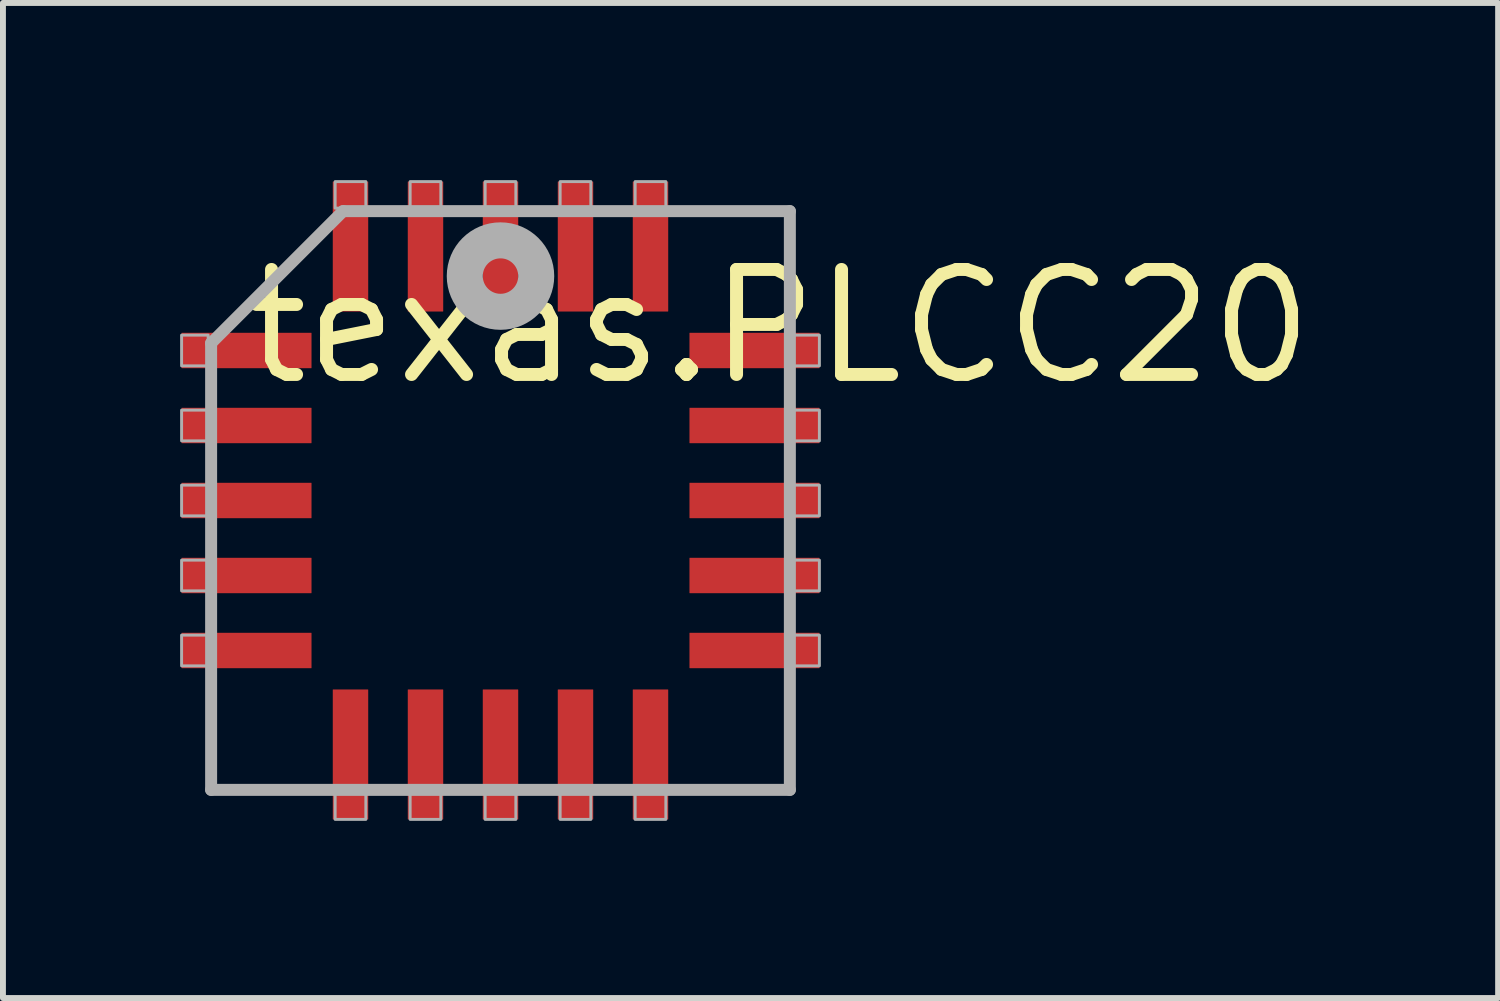
<source format=kicad_pcb>
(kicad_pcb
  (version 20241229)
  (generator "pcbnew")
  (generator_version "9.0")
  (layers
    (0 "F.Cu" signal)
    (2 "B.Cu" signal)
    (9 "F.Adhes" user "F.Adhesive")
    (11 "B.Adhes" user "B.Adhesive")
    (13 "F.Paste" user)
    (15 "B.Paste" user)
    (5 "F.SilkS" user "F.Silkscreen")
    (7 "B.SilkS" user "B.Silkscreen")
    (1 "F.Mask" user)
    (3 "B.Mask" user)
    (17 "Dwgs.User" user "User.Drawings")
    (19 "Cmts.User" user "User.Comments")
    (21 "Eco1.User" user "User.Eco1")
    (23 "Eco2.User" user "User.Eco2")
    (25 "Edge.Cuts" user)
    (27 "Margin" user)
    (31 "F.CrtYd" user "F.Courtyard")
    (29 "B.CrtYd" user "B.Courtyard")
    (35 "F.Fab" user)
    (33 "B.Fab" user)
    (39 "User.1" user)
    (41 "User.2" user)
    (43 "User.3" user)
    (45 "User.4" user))
  (footprint "texas.PLCC20"
    (layer "F.Cu")
    (at 5.425 5.425)
    (property "Reference" "texas.PLCC20" (at -4.445 -1.905 0) (layer "F.SilkS") (effects (font (size 1.778 1.778) (thickness 0.22)) (justify left bottom)))
    (attr smd)
    (fp_line (start -4.9 -2.665) (end -4.9 4.9) (stroke (width 0.203) (type default)) (layer "F.Fab"))
    (fp_line (start -4.9 4.9) (end 4.9 4.9) (stroke (width 0.203) (type default)) (layer "F.Fab"))
    (fp_line (start -2.665 -4.9) (end -4.9 -2.665) (stroke (width 0.203) (type default)) (layer "F.Fab"))
    (fp_line (start 4.9 -4.9) (end -2.665 -4.9) (stroke (width 0.203) (type default)) (layer "F.Fab"))
    (fp_line (start 4.9 4.9) (end 4.9 -4.9) (stroke (width 0.203) (type default)) (layer "F.Fab"))
    (fp_rect (start -5.4 -2.28) (end -4.95 -2.8) (stroke (width 0.05) (type default)) (fill no) (layer "F.Fab"))
    (fp_rect (start -5.4 -1.01) (end -4.95 -1.53) (stroke (width 0.05) (type default)) (fill no) (layer "F.Fab"))
    (fp_rect (start -5.4 0.26) (end -4.95 -0.26) (stroke (width 0.05) (type default)) (fill no) (layer "F.Fab"))
    (fp_rect (start -5.4 1.53) (end -4.95 1.01) (stroke (width 0.05) (type default)) (fill no) (layer "F.Fab"))
    (fp_rect (start -5.4 2.8) (end -4.95 2.28) (stroke (width 0.05) (type default)) (fill no) (layer "F.Fab"))
    (fp_rect (start -2.8 -4.95) (end -2.28 -5.4) (stroke (width 0.05) (type default)) (fill no) (layer "F.Fab"))
    (fp_rect (start -2.8 5.4) (end -2.28 4.95) (stroke (width 0.05) (type default)) (fill no) (layer "F.Fab"))
    (fp_rect (start -1.53 -4.95) (end -1.01 -5.4) (stroke (width 0.05) (type default)) (fill no) (layer "F.Fab"))
    (fp_rect (start -1.53 5.4) (end -1.01 4.95) (stroke (width 0.05) (type default)) (fill no) (layer "F.Fab"))
    (fp_rect (start -0.26 -4.95) (end 0.26 -5.4) (stroke (width 0.05) (type default)) (fill no) (layer "F.Fab"))
    (fp_rect (start -0.26 5.4) (end 0.26 4.95) (stroke (width 0.05) (type default)) (fill no) (layer "F.Fab"))
    (fp_rect (start 1.01 -4.95) (end 1.53 -5.4) (stroke (width 0.05) (type default)) (fill no) (layer "F.Fab"))
    (fp_rect (start 1.01 5.4) (end 1.53 4.95) (stroke (width 0.05) (type default)) (fill no) (layer "F.Fab"))
    (fp_rect (start 2.28 -4.95) (end 2.8 -5.4) (stroke (width 0.05) (type default)) (fill no) (layer "F.Fab"))
    (fp_rect (start 2.28 5.4) (end 2.8 4.95) (stroke (width 0.05) (type default)) (fill no) (layer "F.Fab"))
    (fp_rect (start 4.95 -2.28) (end 5.4 -2.8) (stroke (width 0.05) (type default)) (fill no) (layer "F.Fab"))
    (fp_rect (start 4.95 -1.01) (end 5.4 -1.53) (stroke (width 0.05) (type default)) (fill no) (layer "F.Fab"))
    (fp_rect (start 4.95 0.26) (end 5.4 -0.26) (stroke (width 0.05) (type default)) (fill no) (layer "F.Fab"))
    (fp_rect (start 4.95 1.53) (end 5.4 1.01) (stroke (width 0.05) (type default)) (fill no) (layer "F.Fab"))
    (fp_rect (start 4.95 2.8) (end 5.4 2.28) (stroke (width 0.05) (type default)) (fill no) (layer "F.Fab"))
    (fp_circle (center 0 -3.8) (end 0.3 -3.8) (stroke (width 0.61) (type default)) (fill no) (layer "F.Fab"))
    (pad "1" smd roundrect (at 0 -4.3) (size 0.6 2.2) (layers "F.Cu" "F.Mask" "F.Paste") (roundrect_rratio 0.01))
    (pad "2" smd roundrect (at -1.27 -4.3) (size 0.6 2.2) (layers "F.Cu" "F.Mask" "F.Paste") (roundrect_rratio 0.01))
    (pad "3" smd roundrect (at -2.54 -4.3) (size 0.6 2.2) (layers "F.Cu" "F.Mask" "F.Paste") (roundrect_rratio 0.01))
    (pad "4" smd roundrect (at -4.3 -2.54) (size 2.2 0.6) (layers "F.Cu" "F.Mask" "F.Paste") (roundrect_rratio 0.01))
    (pad "5" smd roundrect (at -4.3 -1.27) (size 2.2 0.6) (layers "F.Cu" "F.Mask" "F.Paste") (roundrect_rratio 0.01))
    (pad "6" smd roundrect (at -4.3 0) (size 2.2 0.6) (layers "F.Cu" "F.Mask" "F.Paste") (roundrect_rratio 0.01))
    (pad "7" smd roundrect (at -4.3 1.27) (size 2.2 0.6) (layers "F.Cu" "F.Mask" "F.Paste") (roundrect_rratio 0.01))
    (pad "8" smd roundrect (at -4.3 2.54) (size 2.2 0.6) (layers "F.Cu" "F.Mask" "F.Paste") (roundrect_rratio 0.01))
    (pad "9" smd roundrect (at -2.54 4.3) (size 0.6 2.2) (layers "F.Cu" "F.Mask" "F.Paste") (roundrect_rratio 0.01))
    (pad "10" smd roundrect (at -1.27 4.3) (size 0.6 2.2) (layers "F.Cu" "F.Mask" "F.Paste") (roundrect_rratio 0.01))
    (pad "11" smd roundrect (at 0 4.3) (size 0.6 2.2) (layers "F.Cu" "F.Mask" "F.Paste") (roundrect_rratio 0.01))
    (pad "12" smd roundrect (at 1.27 4.3) (size 0.6 2.2) (layers "F.Cu" "F.Mask" "F.Paste") (roundrect_rratio 0.01))
    (pad "13" smd roundrect (at 2.54 4.3) (size 0.6 2.2) (layers "F.Cu" "F.Mask" "F.Paste") (roundrect_rratio 0.01))
    (pad "14" smd roundrect (at 4.3 2.54) (size 2.2 0.6) (layers "F.Cu" "F.Mask" "F.Paste") (roundrect_rratio 0.01))
    (pad "15" smd roundrect (at 4.3 1.27) (size 2.2 0.6) (layers "F.Cu" "F.Mask" "F.Paste") (roundrect_rratio 0.01))
    (pad "16" smd roundrect (at 4.3 0) (size 2.2 0.6) (layers "F.Cu" "F.Mask" "F.Paste") (roundrect_rratio 0.01))
    (pad "17" smd roundrect (at 4.3 -1.27) (size 2.2 0.6) (layers "F.Cu" "F.Mask" "F.Paste") (roundrect_rratio 0.01))
    (pad "18" smd roundrect (at 4.3 -2.54) (size 2.2 0.6) (layers "F.Cu" "F.Mask" "F.Paste") (roundrect_rratio 0.01))
    (pad "19" smd roundrect (at 2.54 -4.3) (size 0.6 2.2) (layers "F.Cu" "F.Mask" "F.Paste") (roundrect_rratio 0.01))
    (pad "20" smd roundrect (at 1.27 -4.3) (size 0.6 2.2) (layers "F.Cu" "F.Mask" "F.Paste") (roundrect_rratio 0.01)))
  (gr_rect
    (start -3 -3)
    (end 22.318 13.85)
    (stroke (width 0.1) (type default))
    (fill no)
    (layer "Edge.Cuts")))
</source>
